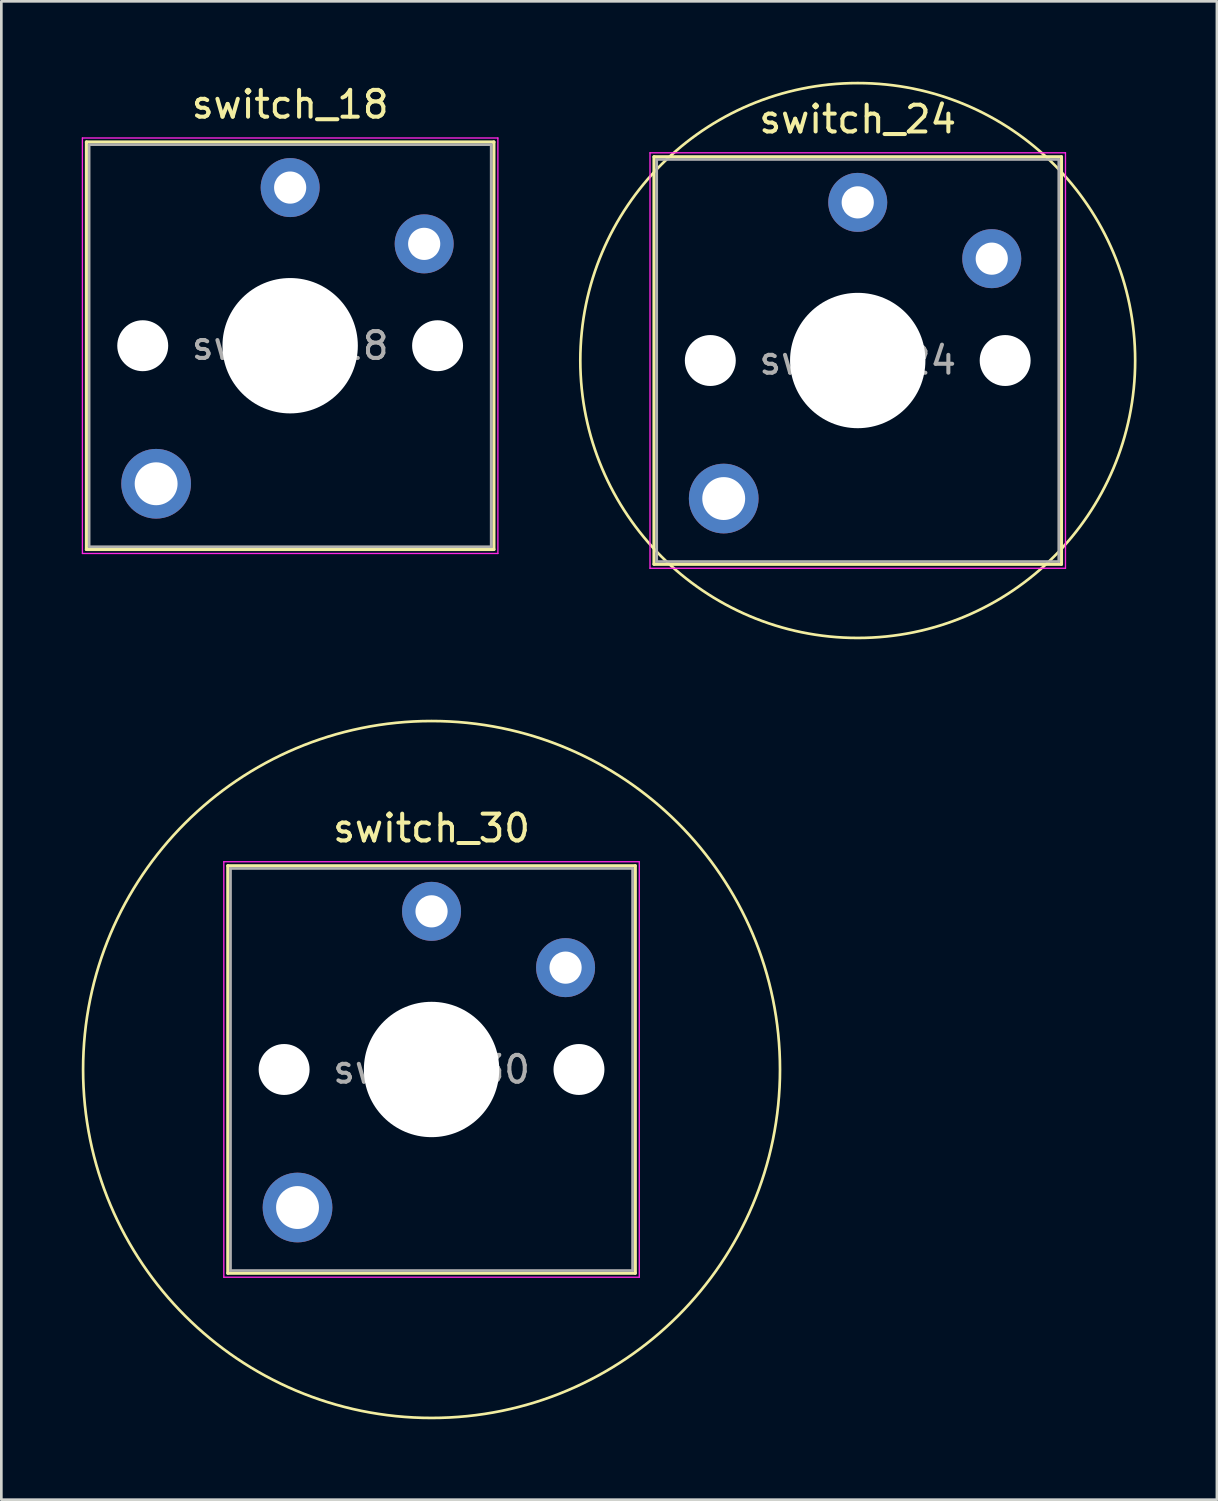
<source format=kicad_pcb>
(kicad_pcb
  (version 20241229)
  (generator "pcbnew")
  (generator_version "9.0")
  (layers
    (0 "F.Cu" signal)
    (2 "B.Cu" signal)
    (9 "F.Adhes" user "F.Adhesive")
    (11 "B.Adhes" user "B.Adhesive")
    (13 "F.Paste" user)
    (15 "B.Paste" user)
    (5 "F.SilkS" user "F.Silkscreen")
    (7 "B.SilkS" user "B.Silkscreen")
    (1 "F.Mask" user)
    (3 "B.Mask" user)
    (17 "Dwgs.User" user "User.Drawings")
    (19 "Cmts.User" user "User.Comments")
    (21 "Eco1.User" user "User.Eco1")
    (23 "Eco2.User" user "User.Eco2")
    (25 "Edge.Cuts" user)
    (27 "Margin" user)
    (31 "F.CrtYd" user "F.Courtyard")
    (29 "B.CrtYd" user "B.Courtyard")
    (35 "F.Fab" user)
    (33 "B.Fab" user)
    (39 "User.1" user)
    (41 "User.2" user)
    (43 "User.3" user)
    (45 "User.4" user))
  (footprint "switch_18"
    (layer "F.Cu")
    (at 7.775 9.848)
    (property "Reference" "switch_18" (at 0 -9 0) (layer "F.SilkS") (effects (font (size 1 1) (thickness 0.15))))
    (attr through_hole)
    (fp_line (start -7.6 -7.6) (end -7.6 7.6) (stroke (width 0.12) (type solid)) (layer "F.SilkS"))
    (fp_line (start -7.6 7.6) (end 7.6 7.6) (stroke (width 0.12) (type solid)) (layer "F.SilkS"))
    (fp_line (start 7.6 -7.6) (end -7.6 -7.6) (stroke (width 0.12) (type solid)) (layer "F.SilkS"))
    (fp_line (start 7.6 7.6) (end 7.6 -7.6) (stroke (width 0.12) (type solid)) (layer "F.SilkS"))
    (fp_line (start -7.25 -7.25) (end -7.25 7.25) (stroke (width 0.1) (type solid)) (layer "Eco1.User"))
    (fp_line (start -7.25 7.25) (end 7.25 7.25) (stroke (width 0.1) (type solid)) (layer "Eco1.User"))
    (fp_line (start 7.25 -7.25) (end -7.25 -7.25) (stroke (width 0.1) (type solid)) (layer "Eco1.User"))
    (fp_line (start 7.25 7.25) (end 7.25 -7.25) (stroke (width 0.1) (type solid)) (layer "Eco1.User"))
    (fp_line (start -7.75 -7.75) (end -7.75 7.75) (stroke (width 0.05) (type solid)) (layer "F.CrtYd"))
    (fp_line (start -7.75 7.75) (end 7.75 7.75) (stroke (width 0.05) (type solid)) (layer "F.CrtYd"))
    (fp_line (start 7.75 -7.75) (end -7.75 -7.75) (stroke (width 0.05) (type solid)) (layer "F.CrtYd"))
    (fp_line (start 7.75 7.75) (end 7.75 -7.75) (stroke (width 0.05) (type solid)) (layer "F.CrtYd"))
    (fp_line (start -7.5 -7.5) (end -7.5 7.5) (stroke (width 0.1) (type solid)) (layer "F.Fab"))
    (fp_line (start -7.5 7.5) (end 7.5 7.5) (stroke (width 0.1) (type solid)) (layer "F.Fab"))
    (fp_line (start 7.5 -7.5) (end -7.5 -7.5) (stroke (width 0.1) (type solid)) (layer "F.Fab"))
    (fp_line (start 7.5 7.5) (end 7.5 -7.5) (stroke (width 0.1) (type solid)) (layer "F.Fab"))
    (fp_text user "${REFERENCE}" (at 0 0 0) (layer "F.Fab") (effects (font (size 1 1) (thickness 0.15))))
    (pad "" np_thru_hole circle (at -5.5 0) (size 1.9 1.9) (drill 1.9) (layers "*.Cu" "*.Mask"))
    (pad "" thru_hole circle (at -5 5.15) (size 2.6 2.6) (drill 1.6) (layers "*.Cu" "*.Mask"))
    (pad "" np_thru_hole circle (at 0 0) (size 5.05 5.05) (drill 5.05) (layers "*.Cu" "*.Mask"))
    (pad "" np_thru_hole circle (at 5.5 0) (size 1.9 1.9) (drill 1.9) (layers "*.Cu" "*.Mask"))
    (pad "1" thru_hole circle (at 0 -5.9) (size 2.2 2.2) (drill 1.2) (layers "*.Cu" "*.Mask"))
    (pad "2" thru_hole circle (at 5 -3.8) (size 2.2 2.2) (drill 1.2) (layers "*.Cu" "*.Mask")))
  (footprint "switch_24"
    (layer "F.Cu")
    (at 28.95 10.4)
    (property "Reference" "switch_24" (at 0 -9 0) (layer "F.SilkS") (effects (font (size 1 1) (thickness 0.15))))
    (attr through_hole)
    (fp_line (start -7.6 -7.6) (end -7.6 7.6) (stroke (width 0.12) (type solid)) (layer "F.SilkS"))
    (fp_line (start -7.6 7.6) (end 7.6 7.6) (stroke (width 0.12) (type solid)) (layer "F.SilkS"))
    (fp_line (start 7.6 -7.6) (end -7.6 -7.6) (stroke (width 0.12) (type solid)) (layer "F.SilkS"))
    (fp_line (start 7.6 7.6) (end 7.6 -7.6) (stroke (width 0.12) (type solid)) (layer "F.SilkS"))
    (fp_circle (center 0 0) (end 10.35 0) (stroke (width 0.1) (type solid)) (fill no) (layer "F.SilkS"))
    (fp_line (start -7.25 -7.25) (end -7.25 7.25) (stroke (width 0.1) (type solid)) (layer "Eco1.User"))
    (fp_line (start -7.25 7.25) (end 7.25 7.25) (stroke (width 0.1) (type solid)) (layer "Eco1.User"))
    (fp_line (start 7.25 -7.25) (end -7.25 -7.25) (stroke (width 0.1) (type solid)) (layer "Eco1.User"))
    (fp_line (start 7.25 7.25) (end 7.25 -7.25) (stroke (width 0.1) (type solid)) (layer "Eco1.User"))
    (fp_line (start -7.75 -7.75) (end -7.75 7.75) (stroke (width 0.05) (type solid)) (layer "F.CrtYd"))
    (fp_line (start -7.75 7.75) (end 7.75 7.75) (stroke (width 0.05) (type solid)) (layer "F.CrtYd"))
    (fp_line (start 7.75 -7.75) (end -7.75 -7.75) (stroke (width 0.05) (type solid)) (layer "F.CrtYd"))
    (fp_line (start 7.75 7.75) (end 7.75 -7.75) (stroke (width 0.05) (type solid)) (layer "F.CrtYd"))
    (fp_line (start -7.5 -7.5) (end -7.5 7.5) (stroke (width 0.1) (type solid)) (layer "F.Fab"))
    (fp_line (start -7.5 7.5) (end 7.5 7.5) (stroke (width 0.1) (type solid)) (layer "F.Fab"))
    (fp_line (start 7.5 -7.5) (end -7.5 -7.5) (stroke (width 0.1) (type solid)) (layer "F.Fab"))
    (fp_line (start 7.5 7.5) (end 7.5 -7.5) (stroke (width 0.1) (type solid)) (layer "F.Fab"))
    (fp_text user "${REFERENCE}" (at 0 0 0) (layer "F.Fab") (effects (font (size 1 1) (thickness 0.15))))
    (pad "" np_thru_hole circle (at -5.5 0) (size 1.9 1.9) (drill 1.9) (layers "*.Cu" "*.Mask"))
    (pad "" thru_hole circle (at -5 5.15) (size 2.6 2.6) (drill 1.6) (layers "*.Cu" "*.Mask"))
    (pad "" np_thru_hole circle (at 0 0) (size 5.05 5.05) (drill 5.05) (layers "*.Cu" "*.Mask"))
    (pad "" np_thru_hole circle (at 5.5 0) (size 1.9 1.9) (drill 1.9) (layers "*.Cu" "*.Mask"))
    (pad "1" thru_hole circle (at 0 -5.9) (size 2.2 2.2) (drill 1.2) (layers "*.Cu" "*.Mask"))
    (pad "2" thru_hole circle (at 5 -3.8) (size 2.2 2.2) (drill 1.2) (layers "*.Cu" "*.Mask")))
  (footprint "switch_30"
    (layer "F.Cu")
    (at 13.05 36.85)
    (property "Reference" "switch_30" (at 0 -9 0) (layer "F.SilkS") (effects (font (size 1 1) (thickness 0.15))))
    (attr through_hole)
    (fp_line (start -7.6 -7.6) (end -7.6 7.6) (stroke (width 0.12) (type solid)) (layer "F.SilkS"))
    (fp_line (start -7.6 7.6) (end 7.6 7.6) (stroke (width 0.12) (type solid)) (layer "F.SilkS"))
    (fp_line (start 7.6 -7.6) (end -7.6 -7.6) (stroke (width 0.12) (type solid)) (layer "F.SilkS"))
    (fp_line (start 7.6 7.6) (end 7.6 -7.6) (stroke (width 0.12) (type solid)) (layer "F.SilkS"))
    (fp_circle (center 0 0) (end 13 0) (stroke (width 0.1) (type solid)) (fill no) (layer "F.SilkS"))
    (fp_line (start -7.25 -7.25) (end -7.25 7.25) (stroke (width 0.1) (type solid)) (layer "Eco1.User"))
    (fp_line (start -7.25 7.25) (end 7.25 7.25) (stroke (width 0.1) (type solid)) (layer "Eco1.User"))
    (fp_line (start 7.25 -7.25) (end -7.25 -7.25) (stroke (width 0.1) (type solid)) (layer "Eco1.User"))
    (fp_line (start 7.25 7.25) (end 7.25 -7.25) (stroke (width 0.1) (type solid)) (layer "Eco1.User"))
    (fp_line (start -7.75 -7.75) (end -7.75 7.75) (stroke (width 0.05) (type solid)) (layer "F.CrtYd"))
    (fp_line (start -7.75 7.75) (end 7.75 7.75) (stroke (width 0.05) (type solid)) (layer "F.CrtYd"))
    (fp_line (start 7.75 -7.75) (end -7.75 -7.75) (stroke (width 0.05) (type solid)) (layer "F.CrtYd"))
    (fp_line (start 7.75 7.75) (end 7.75 -7.75) (stroke (width 0.05) (type solid)) (layer "F.CrtYd"))
    (fp_line (start -7.5 -7.5) (end -7.5 7.5) (stroke (width 0.1) (type solid)) (layer "F.Fab"))
    (fp_line (start -7.5 7.5) (end 7.5 7.5) (stroke (width 0.1) (type solid)) (layer "F.Fab"))
    (fp_line (start 7.5 -7.5) (end -7.5 -7.5) (stroke (width 0.1) (type solid)) (layer "F.Fab"))
    (fp_line (start 7.5 7.5) (end 7.5 -7.5) (stroke (width 0.1) (type solid)) (layer "F.Fab"))
    (fp_text user "${REFERENCE}" (at 0 0 0) (layer "F.Fab") (effects (font (size 1 1) (thickness 0.15))))
    (pad "" np_thru_hole circle (at -5.5 0) (size 1.9 1.9) (drill 1.9) (layers "*.Cu" "*.Mask"))
    (pad "" thru_hole circle (at -5 5.15) (size 2.6 2.6) (drill 1.6) (layers "*.Cu" "*.Mask"))
    (pad "" np_thru_hole circle (at 0 0) (size 5.05 5.05) (drill 5.05) (layers "*.Cu" "*.Mask"))
    (pad "" np_thru_hole circle (at 5.5 0) (size 1.9 1.9) (drill 1.9) (layers "*.Cu" "*.Mask"))
    (pad "1" thru_hole circle (at 0 -5.9) (size 2.2 2.2) (drill 1.2) (layers "*.Cu" "*.Mask"))
    (pad "2" thru_hole circle (at 5 -3.8) (size 2.2 2.2) (drill 1.2) (layers "*.Cu" "*.Mask")))
  (gr_rect
    (start -3 -3)
    (end 42.35 52.9)
    (stroke (width 0.1) (type default))
    (fill no)
    (layer "Edge.Cuts")))
</source>
